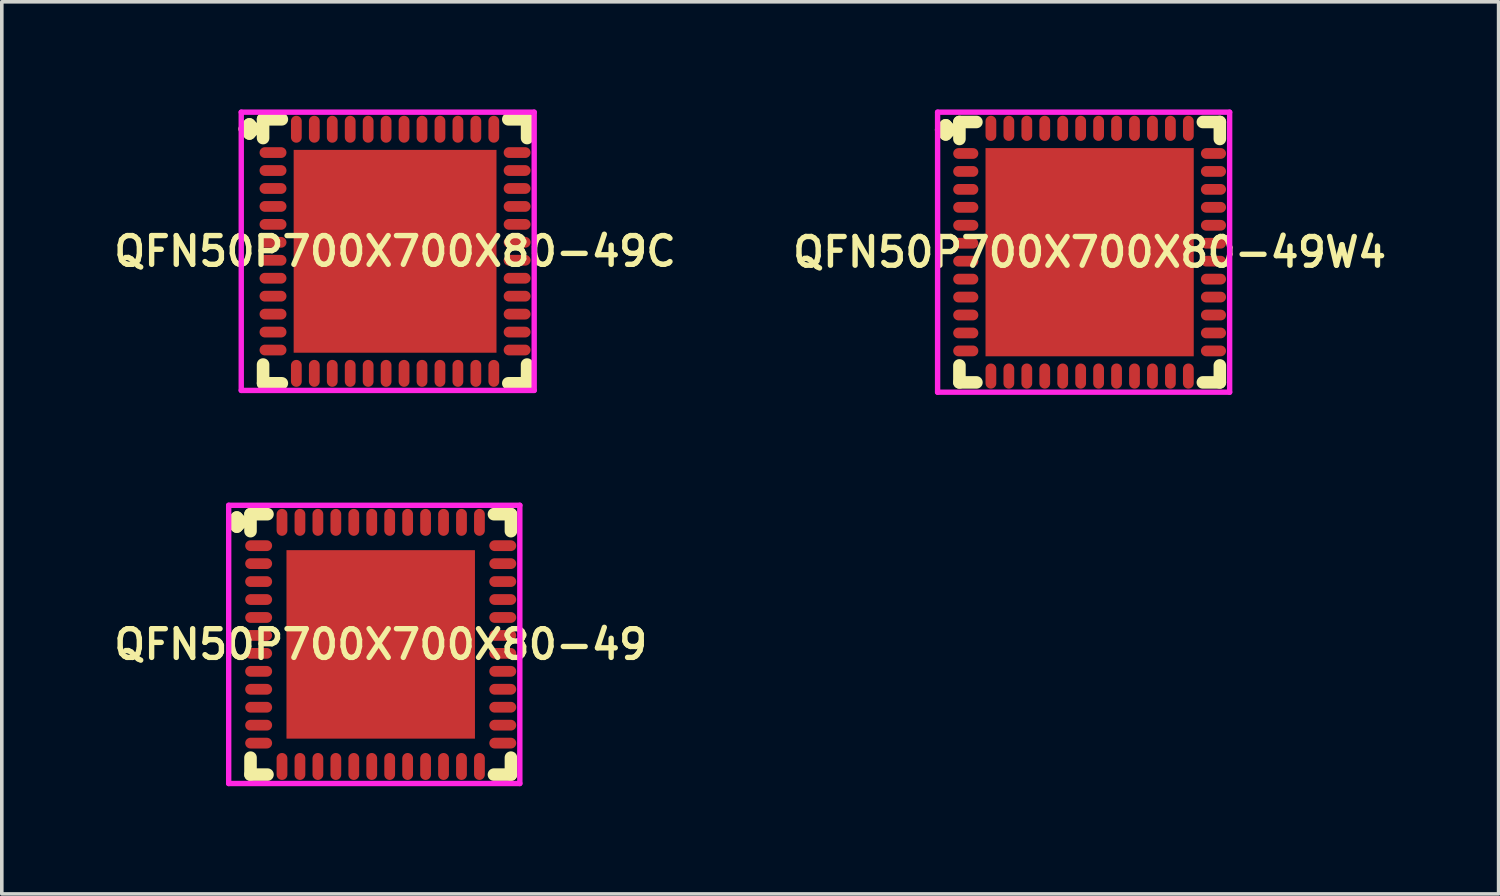
<source format=kicad_pcb>
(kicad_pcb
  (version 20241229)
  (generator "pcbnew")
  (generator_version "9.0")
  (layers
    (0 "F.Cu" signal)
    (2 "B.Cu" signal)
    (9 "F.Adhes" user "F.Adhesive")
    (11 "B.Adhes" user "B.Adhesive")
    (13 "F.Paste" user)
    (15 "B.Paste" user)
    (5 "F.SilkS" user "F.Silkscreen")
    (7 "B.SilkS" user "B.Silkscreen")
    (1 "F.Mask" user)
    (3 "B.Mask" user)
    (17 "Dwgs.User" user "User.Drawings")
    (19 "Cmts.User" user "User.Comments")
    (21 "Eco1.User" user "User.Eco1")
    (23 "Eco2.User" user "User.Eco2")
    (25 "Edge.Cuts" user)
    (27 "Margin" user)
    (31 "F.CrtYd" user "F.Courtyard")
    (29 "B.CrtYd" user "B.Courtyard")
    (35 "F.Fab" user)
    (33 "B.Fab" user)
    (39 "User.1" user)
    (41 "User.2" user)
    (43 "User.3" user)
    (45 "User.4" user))
  (footprint "QFN50P700X700X80-49W4"
    (layer "F.Cu")
    (at 27.302 3.975)
    (property "Reference" "QFN50P700X700X80-49W4" (at 0 0 0) (layer "F.SilkS") (effects (font (size 0.8 0.8) (thickness 0.15))))
    (attr smd)
    (fp_line (start -4.135 -3.408) (end -4.008 -3.535) (stroke (width 0.35) (type solid)) (layer "F.SilkS"))
    (fp_line (start -4.008 -3.535) (end -3.881 -3.408) (stroke (width 0.35) (type solid)) (layer "F.SilkS"))
    (fp_line (start -4.008 -3.281) (end -4.135 -3.408) (stroke (width 0.35) (type solid)) (layer "F.SilkS"))
    (fp_line (start -3.881 -3.408) (end -4.008 -3.281) (stroke (width 0.35) (type solid)) (layer "F.SilkS"))
    (fp_line (start -3.627 -3.627) (end -3.154 -3.627) (stroke (width 0.35) (type solid)) (layer "F.SilkS"))
    (fp_line (start -3.627 -3.154) (end -3.627 -3.627) (stroke (width 0.35) (type solid)) (layer "F.SilkS"))
    (fp_line (start -3.627 3.154) (end -3.627 3.627) (stroke (width 0.35) (type solid)) (layer "F.SilkS"))
    (fp_line (start -3.627 3.627) (end -3.154 3.627) (stroke (width 0.35) (type solid)) (layer "F.SilkS"))
    (fp_line (start 3.154 -3.627) (end 3.627 -3.627) (stroke (width 0.35) (type solid)) (layer "F.SilkS"))
    (fp_line (start 3.154 3.627) (end 3.627 3.627) (stroke (width 0.35) (type solid)) (layer "F.SilkS"))
    (fp_line (start 3.627 -3.627) (end 3.627 -3.154) (stroke (width 0.35) (type solid)) (layer "F.SilkS"))
    (fp_line (start 3.627 3.627) (end 3.627 3.154) (stroke (width 0.35) (type solid)) (layer "F.SilkS"))
    (fp_line (start -4.235 -3.9) (end 3.9 -3.9) (stroke (width 0.15) (type solid)) (layer "F.CrtYd"))
    (fp_line (start -4.235 3.9) (end -4.235 -3.9) (stroke (width 0.15) (type solid)) (layer "F.CrtYd"))
    (fp_line (start 3.9 -3.9) (end 3.9 3.9) (stroke (width 0.15) (type solid)) (layer "F.CrtYd"))
    (fp_line (start 3.9 3.9) (end -4.235 3.9) (stroke (width 0.15) (type solid)) (layer "F.CrtYd"))
    (pad "1" smd oval (at -3.45 -2.75) (size 0.7 0.3) (layers "F.Cu" "F.Mask" "F.Paste"))
    (pad "2" smd oval (at -3.45 -2.25) (size 0.7 0.3) (layers "F.Cu" "F.Mask" "F.Paste"))
    (pad "3" smd oval (at -3.45 -1.75) (size 0.7 0.3) (layers "F.Cu" "F.Mask" "F.Paste"))
    (pad "4" smd oval (at -3.45 -1.25) (size 0.7 0.3) (layers "F.Cu" "F.Mask" "F.Paste"))
    (pad "5" smd oval (at -3.45 -0.75) (size 0.7 0.3) (layers "F.Cu" "F.Mask" "F.Paste"))
    (pad "6" smd oval (at -3.45 -0.25) (size 0.7 0.3) (layers "F.Cu" "F.Mask" "F.Paste"))
    (pad "7" smd oval (at -3.45 0.25) (size 0.7 0.3) (layers "F.Cu" "F.Mask" "F.Paste"))
    (pad "8" smd oval (at -3.45 0.75) (size 0.7 0.3) (layers "F.Cu" "F.Mask" "F.Paste"))
    (pad "9" smd oval (at -3.45 1.25) (size 0.7 0.3) (layers "F.Cu" "F.Mask" "F.Paste"))
    (pad "10" smd oval (at -3.45 1.75) (size 0.7 0.3) (layers "F.Cu" "F.Mask" "F.Paste"))
    (pad "11" smd oval (at -3.45 2.25) (size 0.7 0.3) (layers "F.Cu" "F.Mask" "F.Paste"))
    (pad "12" smd oval (at -3.45 2.75) (size 0.7 0.3) (layers "F.Cu" "F.Mask" "F.Paste"))
    (pad "13" smd oval (at -2.75 3.45) (size 0.3 0.7) (layers "F.Cu" "F.Mask" "F.Paste"))
    (pad "14" smd oval (at -2.25 3.45) (size 0.3 0.7) (layers "F.Cu" "F.Mask" "F.Paste"))
    (pad "15" smd oval (at -1.75 3.45) (size 0.3 0.7) (layers "F.Cu" "F.Mask" "F.Paste"))
    (pad "16" smd oval (at -1.25 3.45) (size 0.3 0.7) (layers "F.Cu" "F.Mask" "F.Paste"))
    (pad "17" smd oval (at -0.75 3.45) (size 0.3 0.7) (layers "F.Cu" "F.Mask" "F.Paste"))
    (pad "18" smd oval (at -0.25 3.45) (size 0.3 0.7) (layers "F.Cu" "F.Mask" "F.Paste"))
    (pad "19" smd oval (at 0.25 3.45) (size 0.3 0.7) (layers "F.Cu" "F.Mask" "F.Paste"))
    (pad "20" smd oval (at 0.75 3.45) (size 0.3 0.7) (layers "F.Cu" "F.Mask" "F.Paste"))
    (pad "21" smd oval (at 1.25 3.45) (size 0.3 0.7) (layers "F.Cu" "F.Mask" "F.Paste"))
    (pad "22" smd oval (at 1.75 3.45) (size 0.3 0.7) (layers "F.Cu" "F.Mask" "F.Paste"))
    (pad "23" smd oval (at 2.25 3.45) (size 0.3 0.7) (layers "F.Cu" "F.Mask" "F.Paste"))
    (pad "24" smd oval (at 2.75 3.45) (size 0.3 0.7) (layers "F.Cu" "F.Mask" "F.Paste"))
    (pad "25" smd oval (at 3.45 2.75) (size 0.7 0.3) (layers "F.Cu" "F.Mask" "F.Paste"))
    (pad "26" smd oval (at 3.45 2.25) (size 0.7 0.3) (layers "F.Cu" "F.Mask" "F.Paste"))
    (pad "27" smd oval (at 3.45 1.75) (size 0.7 0.3) (layers "F.Cu" "F.Mask" "F.Paste"))
    (pad "28" smd oval (at 3.45 1.25) (size 0.7 0.3) (layers "F.Cu" "F.Mask" "F.Paste"))
    (pad "29" smd oval (at 3.45 0.75) (size 0.7 0.3) (layers "F.Cu" "F.Mask" "F.Paste"))
    (pad "30" smd oval (at 3.45 0.25) (size 0.7 0.3) (layers "F.Cu" "F.Mask" "F.Paste"))
    (pad "31" smd oval (at 3.45 -0.25) (size 0.7 0.3) (layers "F.Cu" "F.Mask" "F.Paste"))
    (pad "32" smd oval (at 3.45 -0.75) (size 0.7 0.3) (layers "F.Cu" "F.Mask" "F.Paste"))
    (pad "33" smd oval (at 3.45 -1.25) (size 0.7 0.3) (layers "F.Cu" "F.Mask" "F.Paste"))
    (pad "34" smd oval (at 3.45 -1.75) (size 0.7 0.3) (layers "F.Cu" "F.Mask" "F.Paste"))
    (pad "35" smd oval (at 3.45 -2.25) (size 0.7 0.3) (layers "F.Cu" "F.Mask" "F.Paste"))
    (pad "36" smd oval (at 3.45 -2.75) (size 0.7 0.3) (layers "F.Cu" "F.Mask" "F.Paste"))
    (pad "37" smd oval (at 2.75 -3.45) (size 0.3 0.7) (layers "F.Cu" "F.Mask" "F.Paste"))
    (pad "38" smd oval (at 2.25 -3.45) (size 0.3 0.7) (layers "F.Cu" "F.Mask" "F.Paste"))
    (pad "39" smd oval (at 1.75 -3.45) (size 0.3 0.7) (layers "F.Cu" "F.Mask" "F.Paste"))
    (pad "40" smd oval (at 1.25 -3.45) (size 0.3 0.7) (layers "F.Cu" "F.Mask" "F.Paste"))
    (pad "41" smd oval (at 0.75 -3.45) (size 0.3 0.7) (layers "F.Cu" "F.Mask" "F.Paste"))
    (pad "42" smd oval (at 0.25 -3.45) (size 0.3 0.7) (layers "F.Cu" "F.Mask" "F.Paste"))
    (pad "43" smd oval (at -0.25 -3.45) (size 0.3 0.7) (layers "F.Cu" "F.Mask" "F.Paste"))
    (pad "44" smd oval (at -0.75 -3.45) (size 0.3 0.7) (layers "F.Cu" "F.Mask" "F.Paste"))
    (pad "45" smd oval (at -1.25 -3.45) (size 0.3 0.7) (layers "F.Cu" "F.Mask" "F.Paste"))
    (pad "46" smd oval (at -1.75 -3.45) (size 0.3 0.7) (layers "F.Cu" "F.Mask" "F.Paste"))
    (pad "47" smd oval (at -2.25 -3.45) (size 0.3 0.7) (layers "F.Cu" "F.Mask" "F.Paste"))
    (pad "48" smd oval (at -2.75 -3.45) (size 0.3 0.7) (layers "F.Cu" "F.Mask" "F.Paste"))
    (pad "49" smd rect (at 0 0) (size 5.8 5.8) (layers "F.Cu" "F.Mask" "F.Paste")))
  (footprint "QFN50P700X700X80-49C"
    (layer "F.Cu")
    (at 7.955 3.95)
    (property "Reference" "QFN50P700X700X80-49C" (at 0 0 0) (layer "F.SilkS") (effects (font (size 0.8 0.8) (thickness 0.15))))
    (attr smd)
    (fp_line (start -4.185 -3.408) (end -4.058 -3.535) (stroke (width 0.35) (type solid)) (layer "F.SilkS"))
    (fp_line (start -4.058 -3.535) (end -3.931 -3.408) (stroke (width 0.35) (type solid)) (layer "F.SilkS"))
    (fp_line (start -4.058 -3.281) (end -4.185 -3.408) (stroke (width 0.35) (type solid)) (layer "F.SilkS"))
    (fp_line (start -3.931 -3.408) (end -4.058 -3.281) (stroke (width 0.35) (type solid)) (layer "F.SilkS"))
    (fp_line (start -3.677 -3.677) (end -3.154 -3.677) (stroke (width 0.35) (type solid)) (layer "F.SilkS"))
    (fp_line (start -3.677 -3.154) (end -3.677 -3.677) (stroke (width 0.35) (type solid)) (layer "F.SilkS"))
    (fp_line (start -3.677 3.154) (end -3.677 3.677) (stroke (width 0.35) (type solid)) (layer "F.SilkS"))
    (fp_line (start -3.677 3.677) (end -3.154 3.677) (stroke (width 0.35) (type solid)) (layer "F.SilkS"))
    (fp_line (start 3.154 -3.677) (end 3.677 -3.677) (stroke (width 0.35) (type solid)) (layer "F.SilkS"))
    (fp_line (start 3.154 3.677) (end 3.677 3.677) (stroke (width 0.35) (type solid)) (layer "F.SilkS"))
    (fp_line (start 3.677 -3.677) (end 3.677 -3.154) (stroke (width 0.35) (type solid)) (layer "F.SilkS"))
    (fp_line (start 3.677 3.677) (end 3.677 3.154) (stroke (width 0.35) (type solid)) (layer "F.SilkS"))
    (fp_line (start -4.285 -3.875) (end 3.875 -3.875) (stroke (width 0.15) (type solid)) (layer "F.CrtYd"))
    (fp_line (start -4.285 3.875) (end -4.285 -3.875) (stroke (width 0.15) (type solid)) (layer "F.CrtYd"))
    (fp_line (start 3.875 -3.875) (end 3.875 3.875) (stroke (width 0.15) (type solid)) (layer "F.CrtYd"))
    (fp_line (start 3.875 3.875) (end -4.285 3.875) (stroke (width 0.15) (type solid)) (layer "F.CrtYd"))
    (pad "1" smd oval (at -3.4 -2.75) (size 0.75 0.3) (layers "F.Cu" "F.Mask" "F.Paste"))
    (pad "2" smd oval (at -3.4 -2.25) (size 0.75 0.3) (layers "F.Cu" "F.Mask" "F.Paste"))
    (pad "3" smd oval (at -3.4 -1.75) (size 0.75 0.3) (layers "F.Cu" "F.Mask" "F.Paste"))
    (pad "4" smd oval (at -3.4 -1.25) (size 0.75 0.3) (layers "F.Cu" "F.Mask" "F.Paste"))
    (pad "5" smd oval (at -3.4 -0.75) (size 0.75 0.3) (layers "F.Cu" "F.Mask" "F.Paste"))
    (pad "6" smd oval (at -3.4 -0.25) (size 0.75 0.3) (layers "F.Cu" "F.Mask" "F.Paste"))
    (pad "7" smd oval (at -3.4 0.25) (size 0.75 0.3) (layers "F.Cu" "F.Mask" "F.Paste"))
    (pad "8" smd oval (at -3.4 0.75) (size 0.75 0.3) (layers "F.Cu" "F.Mask" "F.Paste"))
    (pad "9" smd oval (at -3.4 1.25) (size 0.75 0.3) (layers "F.Cu" "F.Mask" "F.Paste"))
    (pad "10" smd oval (at -3.4 1.75) (size 0.75 0.3) (layers "F.Cu" "F.Mask" "F.Paste"))
    (pad "11" smd oval (at -3.4 2.25) (size 0.75 0.3) (layers "F.Cu" "F.Mask" "F.Paste"))
    (pad "12" smd oval (at -3.4 2.75) (size 0.75 0.3) (layers "F.Cu" "F.Mask" "F.Paste"))
    (pad "13" smd oval (at -2.75 3.4) (size 0.3 0.75) (layers "F.Cu" "F.Mask" "F.Paste"))
    (pad "14" smd oval (at -2.25 3.4) (size 0.3 0.75) (layers "F.Cu" "F.Mask" "F.Paste"))
    (pad "15" smd oval (at -1.75 3.4) (size 0.3 0.75) (layers "F.Cu" "F.Mask" "F.Paste"))
    (pad "16" smd oval (at -1.25 3.4) (size 0.3 0.75) (layers "F.Cu" "F.Mask" "F.Paste"))
    (pad "17" smd oval (at -0.75 3.4) (size 0.3 0.75) (layers "F.Cu" "F.Mask" "F.Paste"))
    (pad "18" smd oval (at -0.25 3.4) (size 0.3 0.75) (layers "F.Cu" "F.Mask" "F.Paste"))
    (pad "19" smd oval (at 0.25 3.4) (size 0.3 0.75) (layers "F.Cu" "F.Mask" "F.Paste"))
    (pad "20" smd oval (at 0.75 3.4) (size 0.3 0.75) (layers "F.Cu" "F.Mask" "F.Paste"))
    (pad "21" smd oval (at 1.25 3.4) (size 0.3 0.75) (layers "F.Cu" "F.Mask" "F.Paste"))
    (pad "22" smd oval (at 1.75 3.4) (size 0.3 0.75) (layers "F.Cu" "F.Mask" "F.Paste"))
    (pad "23" smd oval (at 2.25 3.4) (size 0.3 0.75) (layers "F.Cu" "F.Mask" "F.Paste"))
    (pad "24" smd oval (at 2.75 3.4) (size 0.3 0.75) (layers "F.Cu" "F.Mask" "F.Paste"))
    (pad "25" smd oval (at 3.4 2.75) (size 0.75 0.3) (layers "F.Cu" "F.Mask" "F.Paste"))
    (pad "26" smd oval (at 3.4 2.25) (size 0.75 0.3) (layers "F.Cu" "F.Mask" "F.Paste"))
    (pad "27" smd oval (at 3.4 1.75) (size 0.75 0.3) (layers "F.Cu" "F.Mask" "F.Paste"))
    (pad "28" smd oval (at 3.4 1.25) (size 0.75 0.3) (layers "F.Cu" "F.Mask" "F.Paste"))
    (pad "29" smd oval (at 3.4 0.75) (size 0.75 0.3) (layers "F.Cu" "F.Mask" "F.Paste"))
    (pad "30" smd oval (at 3.4 0.25) (size 0.75 0.3) (layers "F.Cu" "F.Mask" "F.Paste"))
    (pad "31" smd oval (at 3.4 -0.25) (size 0.75 0.3) (layers "F.Cu" "F.Mask" "F.Paste"))
    (pad "32" smd oval (at 3.4 -0.75) (size 0.75 0.3) (layers "F.Cu" "F.Mask" "F.Paste"))
    (pad "33" smd oval (at 3.4 -1.25) (size 0.75 0.3) (layers "F.Cu" "F.Mask" "F.Paste"))
    (pad "34" smd oval (at 3.4 -1.75) (size 0.75 0.3) (layers "F.Cu" "F.Mask" "F.Paste"))
    (pad "35" smd oval (at 3.4 -2.25) (size 0.75 0.3) (layers "F.Cu" "F.Mask" "F.Paste"))
    (pad "36" smd oval (at 3.4 -2.75) (size 0.75 0.3) (layers "F.Cu" "F.Mask" "F.Paste"))
    (pad "37" smd oval (at 2.75 -3.4) (size 0.3 0.75) (layers "F.Cu" "F.Mask" "F.Paste"))
    (pad "38" smd oval (at 2.25 -3.4) (size 0.3 0.75) (layers "F.Cu" "F.Mask" "F.Paste"))
    (pad "39" smd oval (at 1.75 -3.4) (size 0.3 0.75) (layers "F.Cu" "F.Mask" "F.Paste"))
    (pad "40" smd oval (at 1.25 -3.4) (size 0.3 0.75) (layers "F.Cu" "F.Mask" "F.Paste"))
    (pad "41" smd oval (at 0.75 -3.4) (size 0.3 0.75) (layers "F.Cu" "F.Mask" "F.Paste"))
    (pad "42" smd oval (at 0.25 -3.4) (size 0.3 0.75) (layers "F.Cu" "F.Mask" "F.Paste"))
    (pad "43" smd oval (at -0.25 -3.4) (size 0.3 0.75) (layers "F.Cu" "F.Mask" "F.Paste"))
    (pad "44" smd oval (at -0.75 -3.4) (size 0.3 0.75) (layers "F.Cu" "F.Mask" "F.Paste"))
    (pad "45" smd oval (at -1.25 -3.4) (size 0.3 0.75) (layers "F.Cu" "F.Mask" "F.Paste"))
    (pad "46" smd oval (at -1.75 -3.4) (size 0.3 0.75) (layers "F.Cu" "F.Mask" "F.Paste"))
    (pad "47" smd oval (at -2.25 -3.4) (size 0.3 0.75) (layers "F.Cu" "F.Mask" "F.Paste"))
    (pad "48" smd oval (at -2.75 -3.4) (size 0.3 0.75) (layers "F.Cu" "F.Mask" "F.Paste"))
    (pad "49" smd rect (at 0 0) (size 5.65 5.65) (layers "F.Cu" "F.Mask" "F.Paste")))
  (footprint "QFN50P700X700X80-49"
    (layer "F.Cu")
    (at 7.555 14.9)
    (property "Reference" "QFN50P700X700X80-49" (at 0 0 0) (layer "F.SilkS") (effects (font (size 0.8 0.8) (thickness 0.15))))
    (attr smd)
    (fp_line (start -4.135 -3.408) (end -4.008 -3.535) (stroke (width 0.35) (type solid)) (layer "F.SilkS"))
    (fp_line (start -4.008 -3.535) (end -3.881 -3.408) (stroke (width 0.35) (type solid)) (layer "F.SilkS"))
    (fp_line (start -4.008 -3.281) (end -4.135 -3.408) (stroke (width 0.35) (type solid)) (layer "F.SilkS"))
    (fp_line (start -3.881 -3.408) (end -4.008 -3.281) (stroke (width 0.35) (type solid)) (layer "F.SilkS"))
    (fp_line (start -3.627 -3.627) (end -3.154 -3.627) (stroke (width 0.35) (type solid)) (layer "F.SilkS"))
    (fp_line (start -3.627 -3.154) (end -3.627 -3.627) (stroke (width 0.35) (type solid)) (layer "F.SilkS"))
    (fp_line (start -3.627 3.154) (end -3.627 3.627) (stroke (width 0.35) (type solid)) (layer "F.SilkS"))
    (fp_line (start -3.627 3.627) (end -3.154 3.627) (stroke (width 0.35) (type solid)) (layer "F.SilkS"))
    (fp_line (start 3.154 -3.627) (end 3.627 -3.627) (stroke (width 0.35) (type solid)) (layer "F.SilkS"))
    (fp_line (start 3.154 3.627) (end 3.627 3.627) (stroke (width 0.35) (type solid)) (layer "F.SilkS"))
    (fp_line (start 3.627 -3.627) (end 3.627 -3.154) (stroke (width 0.35) (type solid)) (layer "F.SilkS"))
    (fp_line (start 3.627 3.627) (end 3.627 3.154) (stroke (width 0.35) (type solid)) (layer "F.SilkS"))
    (fp_line (start -4.235 -3.875) (end 3.875 -3.875) (stroke (width 0.15) (type solid)) (layer "F.CrtYd"))
    (fp_line (start -4.235 3.875) (end -4.235 -3.875) (stroke (width 0.15) (type solid)) (layer "F.CrtYd"))
    (fp_line (start 3.875 -3.875) (end 3.875 3.875) (stroke (width 0.15) (type solid)) (layer "F.CrtYd"))
    (fp_line (start 3.875 3.875) (end -4.235 3.875) (stroke (width 0.15) (type solid)) (layer "F.CrtYd"))
    (pad "1" smd oval (at -3.4 -2.75) (size 0.75 0.3) (layers "F.Cu" "F.Mask" "F.Paste"))
    (pad "2" smd oval (at -3.4 -2.25) (size 0.75 0.3) (layers "F.Cu" "F.Mask" "F.Paste"))
    (pad "3" smd oval (at -3.4 -1.75) (size 0.75 0.3) (layers "F.Cu" "F.Mask" "F.Paste"))
    (pad "4" smd oval (at -3.4 -1.25) (size 0.75 0.3) (layers "F.Cu" "F.Mask" "F.Paste"))
    (pad "5" smd oval (at -3.4 -0.75) (size 0.75 0.3) (layers "F.Cu" "F.Mask" "F.Paste"))
    (pad "6" smd oval (at -3.4 -0.25) (size 0.75 0.3) (layers "F.Cu" "F.Mask" "F.Paste"))
    (pad "7" smd oval (at -3.4 0.25) (size 0.75 0.3) (layers "F.Cu" "F.Mask" "F.Paste"))
    (pad "8" smd oval (at -3.4 0.75) (size 0.75 0.3) (layers "F.Cu" "F.Mask" "F.Paste"))
    (pad "9" smd oval (at -3.4 1.25) (size 0.75 0.3) (layers "F.Cu" "F.Mask" "F.Paste"))
    (pad "10" smd oval (at -3.4 1.75) (size 0.75 0.3) (layers "F.Cu" "F.Mask" "F.Paste"))
    (pad "11" smd oval (at -3.4 2.25) (size 0.75 0.3) (layers "F.Cu" "F.Mask" "F.Paste"))
    (pad "12" smd oval (at -3.4 2.75) (size 0.75 0.3) (layers "F.Cu" "F.Mask" "F.Paste"))
    (pad "13" smd oval (at -2.75 3.4) (size 0.3 0.75) (layers "F.Cu" "F.Mask" "F.Paste"))
    (pad "14" smd oval (at -2.25 3.4) (size 0.3 0.75) (layers "F.Cu" "F.Mask" "F.Paste"))
    (pad "15" smd oval (at -1.75 3.4) (size 0.3 0.75) (layers "F.Cu" "F.Mask" "F.Paste"))
    (pad "16" smd oval (at -1.25 3.4) (size 0.3 0.75) (layers "F.Cu" "F.Mask" "F.Paste"))
    (pad "17" smd oval (at -0.75 3.4) (size 0.3 0.75) (layers "F.Cu" "F.Mask" "F.Paste"))
    (pad "18" smd oval (at -0.25 3.4) (size 0.3 0.75) (layers "F.Cu" "F.Mask" "F.Paste"))
    (pad "19" smd oval (at 0.25 3.4) (size 0.3 0.75) (layers "F.Cu" "F.Mask" "F.Paste"))
    (pad "20" smd oval (at 0.75 3.4) (size 0.3 0.75) (layers "F.Cu" "F.Mask" "F.Paste"))
    (pad "21" smd oval (at 1.25 3.4) (size 0.3 0.75) (layers "F.Cu" "F.Mask" "F.Paste"))
    (pad "22" smd oval (at 1.75 3.4) (size 0.3 0.75) (layers "F.Cu" "F.Mask" "F.Paste"))
    (pad "23" smd oval (at 2.25 3.4) (size 0.3 0.75) (layers "F.Cu" "F.Mask" "F.Paste"))
    (pad "24" smd oval (at 2.75 3.4) (size 0.3 0.75) (layers "F.Cu" "F.Mask" "F.Paste"))
    (pad "25" smd oval (at 3.4 2.75) (size 0.75 0.3) (layers "F.Cu" "F.Mask" "F.Paste"))
    (pad "26" smd oval (at 3.4 2.25) (size 0.75 0.3) (layers "F.Cu" "F.Mask" "F.Paste"))
    (pad "27" smd oval (at 3.4 1.75) (size 0.75 0.3) (layers "F.Cu" "F.Mask" "F.Paste"))
    (pad "28" smd oval (at 3.4 1.25) (size 0.75 0.3) (layers "F.Cu" "F.Mask" "F.Paste"))
    (pad "29" smd oval (at 3.4 0.75) (size 0.75 0.3) (layers "F.Cu" "F.Mask" "F.Paste"))
    (pad "30" smd oval (at 3.4 0.25) (size 0.75 0.3) (layers "F.Cu" "F.Mask" "F.Paste"))
    (pad "31" smd oval (at 3.4 -0.25) (size 0.75 0.3) (layers "F.Cu" "F.Mask" "F.Paste"))
    (pad "32" smd oval (at 3.4 -0.75) (size 0.75 0.3) (layers "F.Cu" "F.Mask" "F.Paste"))
    (pad "33" smd oval (at 3.4 -1.25) (size 0.75 0.3) (layers "F.Cu" "F.Mask" "F.Paste"))
    (pad "34" smd oval (at 3.4 -1.75) (size 0.75 0.3) (layers "F.Cu" "F.Mask" "F.Paste"))
    (pad "35" smd oval (at 3.4 -2.25) (size 0.75 0.3) (layers "F.Cu" "F.Mask" "F.Paste"))
    (pad "36" smd oval (at 3.4 -2.75) (size 0.75 0.3) (layers "F.Cu" "F.Mask" "F.Paste"))
    (pad "37" smd oval (at 2.75 -3.4) (size 0.3 0.75) (layers "F.Cu" "F.Mask" "F.Paste"))
    (pad "38" smd oval (at 2.25 -3.4) (size 0.3 0.75) (layers "F.Cu" "F.Mask" "F.Paste"))
    (pad "39" smd oval (at 1.75 -3.4) (size 0.3 0.75) (layers "F.Cu" "F.Mask" "F.Paste"))
    (pad "40" smd oval (at 1.25 -3.4) (size 0.3 0.75) (layers "F.Cu" "F.Mask" "F.Paste"))
    (pad "41" smd oval (at 0.75 -3.4) (size 0.3 0.75) (layers "F.Cu" "F.Mask" "F.Paste"))
    (pad "42" smd oval (at 0.25 -3.4) (size 0.3 0.75) (layers "F.Cu" "F.Mask" "F.Paste"))
    (pad "43" smd oval (at -0.25 -3.4) (size 0.3 0.75) (layers "F.Cu" "F.Mask" "F.Paste"))
    (pad "44" smd oval (at -0.75 -3.4) (size 0.3 0.75) (layers "F.Cu" "F.Mask" "F.Paste"))
    (pad "45" smd oval (at -1.25 -3.4) (size 0.3 0.75) (layers "F.Cu" "F.Mask" "F.Paste"))
    (pad "46" smd oval (at -1.75 -3.4) (size 0.3 0.75) (layers "F.Cu" "F.Mask" "F.Paste"))
    (pad "47" smd oval (at -2.25 -3.4) (size 0.3 0.75) (layers "F.Cu" "F.Mask" "F.Paste"))
    (pad "48" smd oval (at -2.75 -3.4) (size 0.3 0.75) (layers "F.Cu" "F.Mask" "F.Paste"))
    (pad "49" smd rect (at 0 0) (size 5.25 5.25) (layers "F.Cu" "F.Mask" "F.Paste")))
  (gr_rect
    (start -3 -3)
    (end 38.694 21.85)
    (stroke (width 0.1) (type default))
    (fill no)
    (layer "Edge.Cuts")))
</source>
